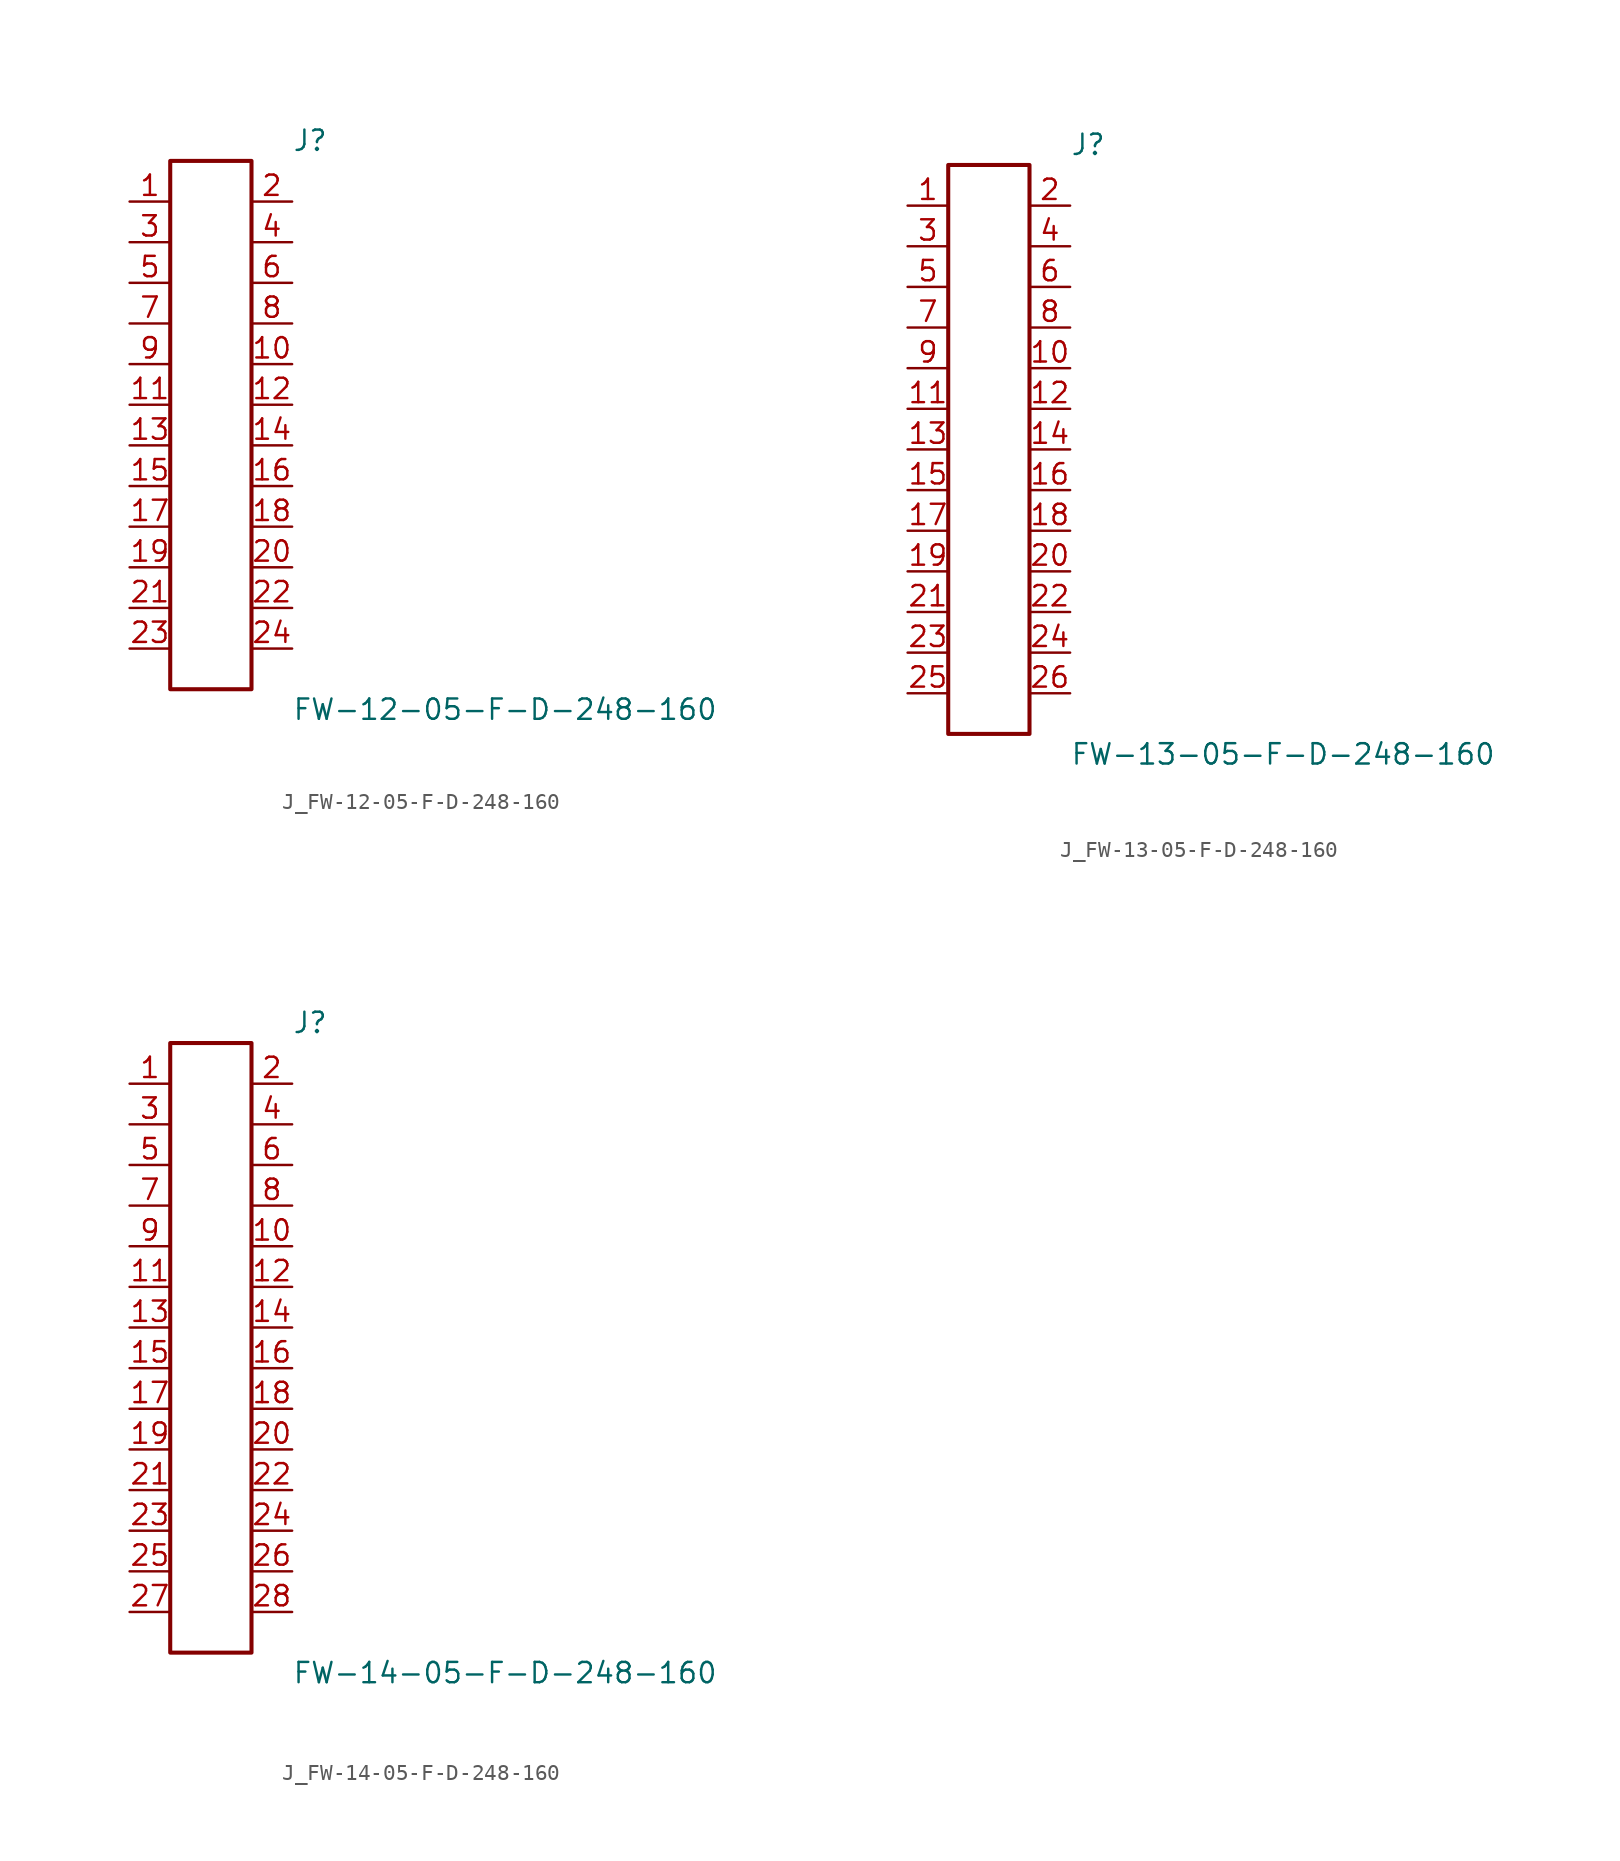
<source format=kicad_sym>
(kicad_symbol_lib
  (version 20231120)
  (generator kicad_symbol_editor)
  (generator_version 8.0)
  (symbol "J_FW-12-05-F-D-248-160"
    (pin_names
      (offset 0.254))
    (property "Reference" "J"
      (at 5.08 17.78 0)
      (effects (font (size 1.27 1.27)) (justify left)))
    (property "Value" "FW-12-05-F-D-248-160"
      (at 5.08 -17.78 0)
      (effects (font (size 1.27 1.27)) (justify left)))
    (symbol "J_FW-12-05-F-D-248-160_0_0"
      (pin passive line (at -5.08 13.97 0) (length 2.54) (name "" (effects (font (size 1.27 1.27)))) (number "1" (effects (font (size 1.27 1.27)))))
      (pin passive line (at 5.08 13.97 180) (length 2.54) (name "" (effects (font (size 1.27 1.27)))) (number "2" (effects (font (size 1.27 1.27)))))
      (pin passive line (at -5.08 11.43 0) (length 2.54) (name "" (effects (font (size 1.27 1.27)))) (number "3" (effects (font (size 1.27 1.27)))))
      (pin passive line (at 5.08 11.43 180) (length 2.54) (name "" (effects (font (size 1.27 1.27)))) (number "4" (effects (font (size 1.27 1.27)))))
      (pin passive line (at -5.08 8.89 0) (length 2.54) (name "" (effects (font (size 1.27 1.27)))) (number "5" (effects (font (size 1.27 1.27)))))
      (pin passive line (at 5.08 8.89 180) (length 2.54) (name "" (effects (font (size 1.27 1.27)))) (number "6" (effects (font (size 1.27 1.27)))))
      (pin passive line (at -5.08 6.35 0) (length 2.54) (name "" (effects (font (size 1.27 1.27)))) (number "7" (effects (font (size 1.27 1.27)))))
      (pin passive line (at 5.08 6.35 180) (length 2.54) (name "" (effects (font (size 1.27 1.27)))) (number "8" (effects (font (size 1.27 1.27)))))
      (pin passive line (at -5.08 3.81 0) (length 2.54) (name "" (effects (font (size 1.27 1.27)))) (number "9" (effects (font (size 1.27 1.27)))))
      (pin passive line (at 5.08 3.81 180) (length 2.54) (name "" (effects (font (size 1.27 1.27)))) (number "10" (effects (font (size 1.27 1.27)))))
      (pin passive line (at -5.08 1.27 0) (length 2.54) (name "" (effects (font (size 1.27 1.27)))) (number "11" (effects (font (size 1.27 1.27)))))
      (pin passive line (at 5.08 1.27 180) (length 2.54) (name "" (effects (font (size 1.27 1.27)))) (number "12" (effects (font (size 1.27 1.27)))))
      (pin passive line (at -5.08 -1.27 0) (length 2.54) (name "" (effects (font (size 1.27 1.27)))) (number "13" (effects (font (size 1.27 1.27)))))
      (pin passive line (at 5.08 -1.27 180) (length 2.54) (name "" (effects (font (size 1.27 1.27)))) (number "14" (effects (font (size 1.27 1.27)))))
      (pin passive line (at -5.08 -3.81 0) (length 2.54) (name "" (effects (font (size 1.27 1.27)))) (number "15" (effects (font (size 1.27 1.27)))))
      (pin passive line (at 5.08 -3.81 180) (length 2.54) (name "" (effects (font (size 1.27 1.27)))) (number "16" (effects (font (size 1.27 1.27)))))
      (pin passive line (at -5.08 -6.35 0) (length 2.54) (name "" (effects (font (size 1.27 1.27)))) (number "17" (effects (font (size 1.27 1.27)))))
      (pin passive line (at 5.08 -6.35 180) (length 2.54) (name "" (effects (font (size 1.27 1.27)))) (number "18" (effects (font (size 1.27 1.27)))))
      (pin passive line (at -5.08 -8.89 0) (length 2.54) (name "" (effects (font (size 1.27 1.27)))) (number "19" (effects (font (size 1.27 1.27)))))
      (pin passive line (at 5.08 -8.89 180) (length 2.54) (name "" (effects (font (size 1.27 1.27)))) (number "20" (effects (font (size 1.27 1.27)))))
      (pin passive line (at -5.08 -11.43 0) (length 2.54) (name "" (effects (font (size 1.27 1.27)))) (number "21" (effects (font (size 1.27 1.27)))))
      (pin passive line (at 5.08 -11.43 180) (length 2.54) (name "" (effects (font (size 1.27 1.27)))) (number "22" (effects (font (size 1.27 1.27)))))
      (pin passive line (at -5.08 -13.97 0) (length 2.54) (name "" (effects (font (size 1.27 1.27)))) (number "23" (effects (font (size 1.27 1.27)))))
      (pin passive line (at 5.08 -13.97 180) (length 2.54) (name "" (effects (font (size 1.27 1.27)))) (number "24" (effects (font (size 1.27 1.27))))))
    (symbol "J_FW-12-05-F-D-248-160_1_0"
      (rectangle (start -2.54 16.51) (end 2.54 -16.51) (stroke (width 0.254) (type solid)) (fill (type none)))))
  (symbol "J_FW-13-05-F-D-248-160"
    (pin_names
      (offset 0.254))
    (property "Reference" "J"
      (at 5.08 19.05 0)
      (effects (font (size 1.27 1.27)) (justify left)))
    (property "Value" "FW-13-05-F-D-248-160"
      (at 5.08 -19.05 0)
      (effects (font (size 1.27 1.27)) (justify left)))
    (symbol "J_FW-13-05-F-D-248-160_0_0"
      (pin passive line (at -5.08 15.24 0) (length 2.54) (name "" (effects (font (size 1.27 1.27)))) (number "1" (effects (font (size 1.27 1.27)))))
      (pin passive line (at 5.08 15.24 180) (length 2.54) (name "" (effects (font (size 1.27 1.27)))) (number "2" (effects (font (size 1.27 1.27)))))
      (pin passive line (at -5.08 12.7 0) (length 2.54) (name "" (effects (font (size 1.27 1.27)))) (number "3" (effects (font (size 1.27 1.27)))))
      (pin passive line (at 5.08 12.7 180) (length 2.54) (name "" (effects (font (size 1.27 1.27)))) (number "4" (effects (font (size 1.27 1.27)))))
      (pin passive line (at -5.08 10.16 0) (length 2.54) (name "" (effects (font (size 1.27 1.27)))) (number "5" (effects (font (size 1.27 1.27)))))
      (pin passive line (at 5.08 10.16 180) (length 2.54) (name "" (effects (font (size 1.27 1.27)))) (number "6" (effects (font (size 1.27 1.27)))))
      (pin passive line (at -5.08 7.62 0) (length 2.54) (name "" (effects (font (size 1.27 1.27)))) (number "7" (effects (font (size 1.27 1.27)))))
      (pin passive line (at 5.08 7.62 180) (length 2.54) (name "" (effects (font (size 1.27 1.27)))) (number "8" (effects (font (size 1.27 1.27)))))
      (pin passive line (at -5.08 5.08 0) (length 2.54) (name "" (effects (font (size 1.27 1.27)))) (number "9" (effects (font (size 1.27 1.27)))))
      (pin passive line (at 5.08 5.08 180) (length 2.54) (name "" (effects (font (size 1.27 1.27)))) (number "10" (effects (font (size 1.27 1.27)))))
      (pin passive line (at -5.08 2.54 0) (length 2.54) (name "" (effects (font (size 1.27 1.27)))) (number "11" (effects (font (size 1.27 1.27)))))
      (pin passive line (at 5.08 2.54 180) (length 2.54) (name "" (effects (font (size 1.27 1.27)))) (number "12" (effects (font (size 1.27 1.27)))))
      (pin passive line (at -5.08 0.0 0) (length 2.54) (name "" (effects (font (size 1.27 1.27)))) (number "13" (effects (font (size 1.27 1.27)))))
      (pin passive line (at 5.08 0.0 180) (length 2.54) (name "" (effects (font (size 1.27 1.27)))) (number "14" (effects (font (size 1.27 1.27)))))
      (pin passive line (at -5.08 -2.54 0) (length 2.54) (name "" (effects (font (size 1.27 1.27)))) (number "15" (effects (font (size 1.27 1.27)))))
      (pin passive line (at 5.08 -2.54 180) (length 2.54) (name "" (effects (font (size 1.27 1.27)))) (number "16" (effects (font (size 1.27 1.27)))))
      (pin passive line (at -5.08 -5.08 0) (length 2.54) (name "" (effects (font (size 1.27 1.27)))) (number "17" (effects (font (size 1.27 1.27)))))
      (pin passive line (at 5.08 -5.08 180) (length 2.54) (name "" (effects (font (size 1.27 1.27)))) (number "18" (effects (font (size 1.27 1.27)))))
      (pin passive line (at -5.08 -7.62 0) (length 2.54) (name "" (effects (font (size 1.27 1.27)))) (number "19" (effects (font (size 1.27 1.27)))))
      (pin passive line (at 5.08 -7.62 180) (length 2.54) (name "" (effects (font (size 1.27 1.27)))) (number "20" (effects (font (size 1.27 1.27)))))
      (pin passive line (at -5.08 -10.16 0) (length 2.54) (name "" (effects (font (size 1.27 1.27)))) (number "21" (effects (font (size 1.27 1.27)))))
      (pin passive line (at 5.08 -10.16 180) (length 2.54) (name "" (effects (font (size 1.27 1.27)))) (number "22" (effects (font (size 1.27 1.27)))))
      (pin passive line (at -5.08 -12.7 0) (length 2.54) (name "" (effects (font (size 1.27 1.27)))) (number "23" (effects (font (size 1.27 1.27)))))
      (pin passive line (at 5.08 -12.7 180) (length 2.54) (name "" (effects (font (size 1.27 1.27)))) (number "24" (effects (font (size 1.27 1.27)))))
      (pin passive line (at -5.08 -15.24 0) (length 2.54) (name "" (effects (font (size 1.27 1.27)))) (number "25" (effects (font (size 1.27 1.27)))))
      (pin passive line (at 5.08 -15.24 180) (length 2.54) (name "" (effects (font (size 1.27 1.27)))) (number "26" (effects (font (size 1.27 1.27))))))
    (symbol "J_FW-13-05-F-D-248-160_1_0"
      (rectangle (start -2.54 17.78) (end 2.54 -17.78) (stroke (width 0.254) (type solid)) (fill (type none)))))
  (symbol "J_FW-14-05-F-D-248-160"
    (pin_names
      (offset 0.254))
    (property "Reference" "J"
      (at 5.08 20.32 0)
      (effects (font (size 1.27 1.27)) (justify left)))
    (property "Value" "FW-14-05-F-D-248-160"
      (at 5.08 -20.32 0)
      (effects (font (size 1.27 1.27)) (justify left)))
    (symbol "J_FW-14-05-F-D-248-160_0_0"
      (pin passive line (at -5.08 16.51 0) (length 2.54) (name "" (effects (font (size 1.27 1.27)))) (number "1" (effects (font (size 1.27 1.27)))))
      (pin passive line (at 5.08 16.51 180) (length 2.54) (name "" (effects (font (size 1.27 1.27)))) (number "2" (effects (font (size 1.27 1.27)))))
      (pin passive line (at -5.08 13.97 0) (length 2.54) (name "" (effects (font (size 1.27 1.27)))) (number "3" (effects (font (size 1.27 1.27)))))
      (pin passive line (at 5.08 13.97 180) (length 2.54) (name "" (effects (font (size 1.27 1.27)))) (number "4" (effects (font (size 1.27 1.27)))))
      (pin passive line (at -5.08 11.43 0) (length 2.54) (name "" (effects (font (size 1.27 1.27)))) (number "5" (effects (font (size 1.27 1.27)))))
      (pin passive line (at 5.08 11.43 180) (length 2.54) (name "" (effects (font (size 1.27 1.27)))) (number "6" (effects (font (size 1.27 1.27)))))
      (pin passive line (at -5.08 8.89 0) (length 2.54) (name "" (effects (font (size 1.27 1.27)))) (number "7" (effects (font (size 1.27 1.27)))))
      (pin passive line (at 5.08 8.89 180) (length 2.54) (name "" (effects (font (size 1.27 1.27)))) (number "8" (effects (font (size 1.27 1.27)))))
      (pin passive line (at -5.08 6.35 0) (length 2.54) (name "" (effects (font (size 1.27 1.27)))) (number "9" (effects (font (size 1.27 1.27)))))
      (pin passive line (at 5.08 6.35 180) (length 2.54) (name "" (effects (font (size 1.27 1.27)))) (number "10" (effects (font (size 1.27 1.27)))))
      (pin passive line (at -5.08 3.81 0) (length 2.54) (name "" (effects (font (size 1.27 1.27)))) (number "11" (effects (font (size 1.27 1.27)))))
      (pin passive line (at 5.08 3.81 180) (length 2.54) (name "" (effects (font (size 1.27 1.27)))) (number "12" (effects (font (size 1.27 1.27)))))
      (pin passive line (at -5.08 1.27 0) (length 2.54) (name "" (effects (font (size 1.27 1.27)))) (number "13" (effects (font (size 1.27 1.27)))))
      (pin passive line (at 5.08 1.27 180) (length 2.54) (name "" (effects (font (size 1.27 1.27)))) (number "14" (effects (font (size 1.27 1.27)))))
      (pin passive line (at -5.08 -1.27 0) (length 2.54) (name "" (effects (font (size 1.27 1.27)))) (number "15" (effects (font (size 1.27 1.27)))))
      (pin passive line (at 5.08 -1.27 180) (length 2.54) (name "" (effects (font (size 1.27 1.27)))) (number "16" (effects (font (size 1.27 1.27)))))
      (pin passive line (at -5.08 -3.81 0) (length 2.54) (name "" (effects (font (size 1.27 1.27)))) (number "17" (effects (font (size 1.27 1.27)))))
      (pin passive line (at 5.08 -3.81 180) (length 2.54) (name "" (effects (font (size 1.27 1.27)))) (number "18" (effects (font (size 1.27 1.27)))))
      (pin passive line (at -5.08 -6.35 0) (length 2.54) (name "" (effects (font (size 1.27 1.27)))) (number "19" (effects (font (size 1.27 1.27)))))
      (pin passive line (at 5.08 -6.35 180) (length 2.54) (name "" (effects (font (size 1.27 1.27)))) (number "20" (effects (font (size 1.27 1.27)))))
      (pin passive line (at -5.08 -8.89 0) (length 2.54) (name "" (effects (font (size 1.27 1.27)))) (number "21" (effects (font (size 1.27 1.27)))))
      (pin passive line (at 5.08 -8.89 180) (length 2.54) (name "" (effects (font (size 1.27 1.27)))) (number "22" (effects (font (size 1.27 1.27)))))
      (pin passive line (at -5.08 -11.43 0) (length 2.54) (name "" (effects (font (size 1.27 1.27)))) (number "23" (effects (font (size 1.27 1.27)))))
      (pin passive line (at 5.08 -11.43 180) (length 2.54) (name "" (effects (font (size 1.27 1.27)))) (number "24" (effects (font (size 1.27 1.27)))))
      (pin passive line (at -5.08 -13.97 0) (length 2.54) (name "" (effects (font (size 1.27 1.27)))) (number "25" (effects (font (size 1.27 1.27)))))
      (pin passive line (at 5.08 -13.97 180) (length 2.54) (name "" (effects (font (size 1.27 1.27)))) (number "26" (effects (font (size 1.27 1.27)))))
      (pin passive line (at -5.08 -16.51 0) (length 2.54) (name "" (effects (font (size 1.27 1.27)))) (number "27" (effects (font (size 1.27 1.27)))))
      (pin passive line (at 5.08 -16.51 180) (length 2.54) (name "" (effects (font (size 1.27 1.27)))) (number "28" (effects (font (size 1.27 1.27))))))
    (symbol "J_FW-14-05-F-D-248-160_1_0"
      (rectangle (start -2.54 19.05) (end 2.54 -19.05) (stroke (width 0.254) (type solid)) (fill (type none))))))
</source>
